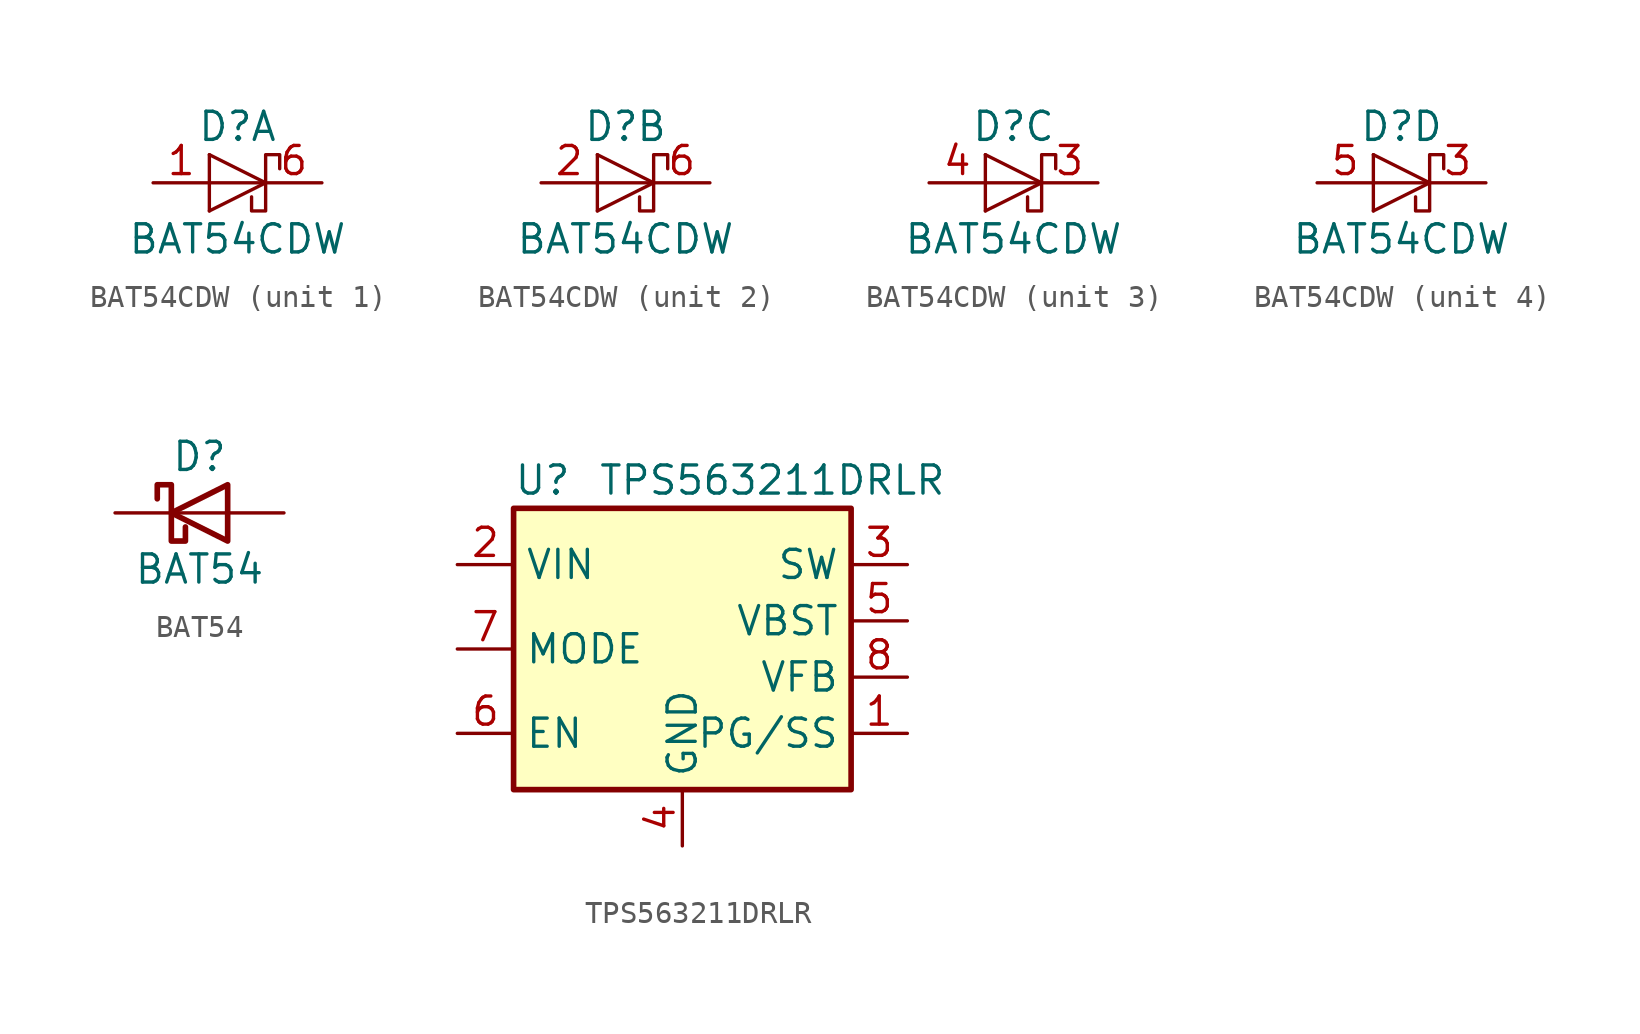
<source format=kicad_sym>
(kicad_symbol_lib
  (version 20220914)
  (generator kicad_symbol_editor)
  (symbol "BAT54CDW"
    (pin_names
      (offset 1.016) hide)
    (property "Reference" "D"
      (at 0 2.54 0)
      (effects (font (size 1.27 1.27))))
    (property "Value" "BAT54CDW"
      (at 0 -2.54 0)
      (effects (font (size 1.27 1.27))))
    (symbol "BAT54CDW_0_1"
      (polyline (pts (xy -1.27 0) (xy 1.27 0)) (stroke (width 0) (type default)) (fill (type none)))
      (polyline (pts (xy -1.27 1.27) (xy -1.27 -1.27)) (stroke (width 0) (type default)) (fill (type none)))
      (polyline (pts (xy -1.27 -1.27) (xy 1.27 0) (xy -1.27 1.27)) (stroke (width 0) (type default)) (fill (type none)))
      (polyline (pts (xy 0.635 -0.635) (xy 0.635 -1.27) (xy 1.27 -1.27) (xy 1.27 1.27) (xy 1.905 1.27) (xy 1.905 0.635)) (stroke (width 0) (type default)) (fill (type none))))
    (symbol "BAT54CDW_1_1"
      (pin passive line (at -3.81 0 0) (length 2.54) (name "K" (effects (font (size 1.27 1.27)))) (number "1" (effects (font (size 1.27 1.27)))))
      (pin passive line (at 3.81 0 180) (length 2.54) (name "A" (effects (font (size 1.27 1.27)))) (number "6" (effects (font (size 1.27 1.27))))))
    (symbol "BAT54CDW_2_1"
      (pin passive line (at -3.81 0 0) (length 2.54) (name "K" (effects (font (size 1.27 1.27)))) (number "2" (effects (font (size 1.27 1.27)))))
      (pin passive line (at 3.81 0 180) (length 2.54) (name "A" (effects (font (size 1.27 1.27)))) (number "6" (effects (font (size 1.27 1.27))))))
    (symbol "BAT54CDW_3_1"
      (pin passive line (at 3.81 0 180) (length 2.54) (name "A" (effects (font (size 1.27 1.27)))) (number "3" (effects (font (size 1.27 1.27)))))
      (pin passive line (at -3.81 0 0) (length 2.54) (name "K" (effects (font (size 1.27 1.27)))) (number "4" (effects (font (size 1.27 1.27))))))
    (symbol "BAT54CDW_4_1"
      (pin passive line (at 3.81 0 180) (length 2.54) (name "A" (effects (font (size 1.27 1.27)))) (number "3" (effects (font (size 1.27 1.27)))))
      (pin passive line (at -3.81 0 0) (length 2.54) (name "K" (effects (font (size 1.27 1.27)))) (number "5" (effects (font (size 1.27 1.27)))))))
  (symbol "BAT54"
    (pin_numbers hide)
    (pin_names hide)
    (property "Reference" "D"
      (at 0 2.54 0)
      (effects (font (size 1.27 1.27))))
    (property "Value" "BAT54"
      (at 0 -2.54 0)
      (effects (font (size 1.27 1.27))))
    (symbol "BAT54_0_1"
      (polyline (pts (xy 1.27 0) (xy -1.27 0)) (stroke (width 0) (type default)) (fill (type none)))
      (polyline (pts (xy 1.27 1.27) (xy 1.27 -1.27) (xy -1.27 0) (xy 1.27 1.27)) (stroke (width 0.254) (type default)) (fill (type none)))
      (polyline (pts (xy -1.905 0.635) (xy -1.905 1.27) (xy -1.27 1.27) (xy -1.27 -1.27) (xy -0.635 -1.27) (xy -0.635 -0.635)) (stroke (width 0.254) (type default)) (fill (type none))))
    (symbol "BAT54_1_1"
      (pin passive line (at 3.81 0 180) (length 2.54) (name "A" (effects (font (size 1.27 1.27)))) (number "1" (effects (font (size 1.27 1.27)))))
      (pin passive line (at -3.81 0 0) (length 2.54) (name "K" (effects (font (size 1.27 1.27)))) (number "3" (effects (font (size 1.27 1.27)))))))
  (symbol "TPS563211DRLR"
    (property "Reference" "U"
      (at -7.62 8.89 0)
      (effects (font (size 1.27 1.27)) (justify left)))
    (property "Value" "TPS563211DRLR"
      (at -3.81 8.89 0)
      (effects (font (size 1.27 1.27)) (justify left)))
    (symbol "TPS563211DRLR_0_1"
      (rectangle (start -7.62 7.62) (end 7.62 -5.08) (stroke (width 0.254) (type default)) (fill (type background))))
    (symbol "TPS563211DRLR_1_1"
      (pin passive line (at 10.16 -2.54 180) (length 2.54) (name "PG/SS" (effects (font (size 1.27 1.27)))) (number "1" (effects (font (size 1.27 1.27)))))
      (pin power_in line (at -10.16 5.08 0) (length 2.54) (name "VIN" (effects (font (size 1.27 1.27)))) (number "2" (effects (font (size 1.27 1.27)))))
      (pin output line (at 10.16 5.08 180) (length 2.54) (name "SW" (effects (font (size 1.27 1.27)))) (number "3" (effects (font (size 1.27 1.27)))))
      (pin power_in line (at 0 -7.62 90) (length 2.54) (name "GND" (effects (font (size 1.27 1.27)))) (number "4" (effects (font (size 1.27 1.27)))))
      (pin passive line (at 10.16 2.54 180) (length 2.54) (name "VBST" (effects (font (size 1.27 1.27)))) (number "5" (effects (font (size 1.27 1.27)))))
      (pin input line (at -10.16 -2.54 0) (length 2.54) (name "EN" (effects (font (size 1.27 1.27)))) (number "6" (effects (font (size 1.27 1.27)))))
      (pin input line (at -10.16 1.27 0) (length 2.54) (name "MODE" (effects (font (size 1.27 1.27)))) (number "7" (effects (font (size 1.27 1.27)))))
      (pin input line (at 10.16 0 180) (length 2.54) (name "VFB" (effects (font (size 1.27 1.27)))) (number "8" (effects (font (size 1.27 1.27))))))))
</source>
